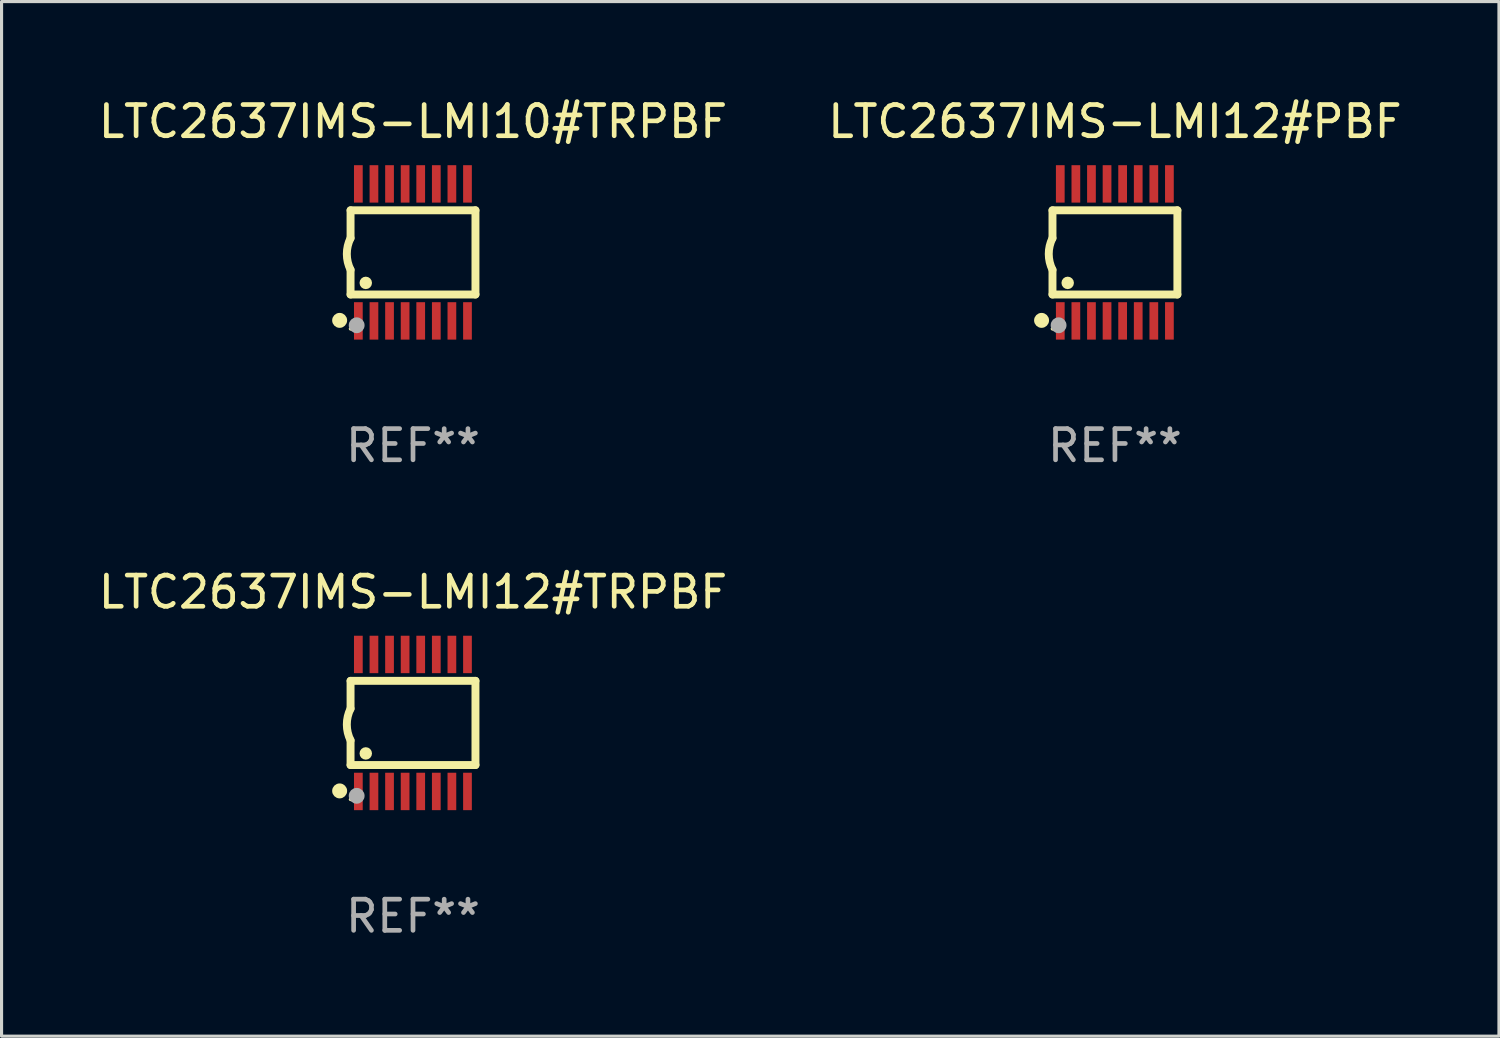
<source format=kicad_pcb>
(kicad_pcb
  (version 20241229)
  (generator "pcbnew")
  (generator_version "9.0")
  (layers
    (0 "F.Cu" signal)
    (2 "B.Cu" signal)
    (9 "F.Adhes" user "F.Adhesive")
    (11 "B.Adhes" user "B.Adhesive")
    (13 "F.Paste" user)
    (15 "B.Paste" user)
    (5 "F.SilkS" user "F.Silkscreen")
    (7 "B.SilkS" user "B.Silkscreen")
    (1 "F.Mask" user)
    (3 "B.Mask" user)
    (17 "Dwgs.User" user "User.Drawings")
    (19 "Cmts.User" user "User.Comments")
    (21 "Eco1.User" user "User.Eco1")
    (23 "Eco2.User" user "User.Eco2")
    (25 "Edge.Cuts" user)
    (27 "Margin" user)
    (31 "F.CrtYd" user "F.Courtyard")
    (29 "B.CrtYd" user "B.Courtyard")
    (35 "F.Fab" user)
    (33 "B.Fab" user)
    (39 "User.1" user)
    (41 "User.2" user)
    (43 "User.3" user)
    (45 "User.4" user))
  (footprint "LTC2637IMS-LMI10#TRPBF"
    (layer "F.Cu")
    (at 10.196 5.045)
    (property "Reference" "LTC2637IMS-LMI10#TRPBF" (at 0 -4.197 0) (layer "F.SilkS") (effects (font (size 1 1) (thickness 0.15))))
    (attr through_hole)
    (fp_line (start -2.003 -1.35) (end -2.003 -0.457) (stroke (width 0.254) (type solid)) (layer "F.SilkS"))
    (fp_line (start -2.003 -1.35) (end 2.003 -1.35) (stroke (width 0.254) (type solid)) (layer "F.SilkS"))
    (fp_line (start -2.003 1.35) (end -2.003 0.559) (stroke (width 0.254) (type solid)) (layer "F.SilkS"))
    (fp_line (start -2.003 1.35) (end 2.003 1.35) (stroke (width 0.254) (type solid)) (layer "F.SilkS"))
    (fp_line (start 2.003 -1.35) (end 2.003 1.35) (stroke (width 0.254) (type solid)) (layer "F.SilkS"))
    (fp_arc (start -2.002286 0.558802) (mid -2.122556 0.05092) (end -2.003302 -0.457201) (stroke (width 0.254001) (type solid)) (layer "F.SilkS"))
    (fp_circle (center -2.353 2.18) (end -2.233 2.18) (stroke (width 0.24) (type solid)) (fill no) (layer "F.SilkS"))
    (fp_circle (center -2.003 2.45) (end -1.973 2.45) (stroke (width 0.06) (type solid)) (fill no) (layer "F.SilkS"))
    (fp_circle (center -1.515 0.978) (end -1.415 0.978) (stroke (width 0.2) (type solid)) (fill no) (layer "F.SilkS"))
    (fp_circle (center -1.807 2.337) (end -1.68 2.337) (stroke (width 0.254) (type solid)) (fill no) (layer "F.Fab"))
    (fp_text user "REF**" (at 0 6.197 0) (layer "F.Fab") (effects (font (size 1 1) (thickness 0.15))))
    (pad "1" smd rect (at -1.753 2.197 90) (size 1.2 0.28) (layers "F.Cu" "F.Mask" "F.Paste"))
    (pad "2" smd rect (at -1.253 2.197 90) (size 1.2 0.28) (layers "F.Cu" "F.Mask" "F.Paste"))
    (pad "3" smd rect (at -0.753 2.197 90) (size 1.2 0.28) (layers "F.Cu" "F.Mask" "F.Paste"))
    (pad "4" smd rect (at -0.253 2.197 90) (size 1.2 0.28) (layers "F.Cu" "F.Mask" "F.Paste"))
    (pad "5" smd rect (at 0.247 2.197 90) (size 1.2 0.28) (layers "F.Cu" "F.Mask" "F.Paste"))
    (pad "6" smd rect (at 0.747 2.197 90) (size 1.2 0.28) (layers "F.Cu" "F.Mask" "F.Paste"))
    (pad "7" smd rect (at 1.247 2.197 90) (size 1.2 0.28) (layers "F.Cu" "F.Mask" "F.Paste"))
    (pad "8" smd rect (at 1.747 2.197 90) (size 1.2 0.28) (layers "F.Cu" "F.Mask" "F.Paste"))
    (pad "9" smd rect (at 1.747 -2.197 90) (size 1.2 0.28) (layers "F.Cu" "F.Mask" "F.Paste"))
    (pad "10" smd rect (at 1.247 -2.197 90) (size 1.2 0.28) (layers "F.Cu" "F.Mask" "F.Paste"))
    (pad "11" smd rect (at 0.747 -2.197 90) (size 1.2 0.28) (layers "F.Cu" "F.Mask" "F.Paste"))
    (pad "12" smd rect (at 0.247 -2.197 90) (size 1.2 0.28) (layers "F.Cu" "F.Mask" "F.Paste"))
    (pad "13" smd rect (at -0.253 -2.197 90) (size 1.2 0.28) (layers "F.Cu" "F.Mask" "F.Paste"))
    (pad "14" smd rect (at -0.753 -2.197 90) (size 1.2 0.28) (layers "F.Cu" "F.Mask" "F.Paste"))
    (pad "15" smd rect (at -1.253 -2.197 90) (size 1.2 0.28) (layers "F.Cu" "F.Mask" "F.Paste"))
    (pad "16" smd rect (at -1.753 -2.197 90) (size 1.2 0.28) (layers "F.Cu" "F.Mask" "F.Paste")))
  (footprint "LTC2637IMS-LMI12#TRPBF"
    (layer "F.Cu")
    (at 10.196 20.136)
    (property "Reference" "LTC2637IMS-LMI12#TRPBF" (at 0 -4.197 0) (layer "F.SilkS") (effects (font (size 1 1) (thickness 0.15))))
    (attr through_hole)
    (fp_line (start -2.003 -1.35) (end -2.003 -0.457) (stroke (width 0.254) (type solid)) (layer "F.SilkS"))
    (fp_line (start -2.003 -1.35) (end 2.003 -1.35) (stroke (width 0.254) (type solid)) (layer "F.SilkS"))
    (fp_line (start -2.003 1.35) (end -2.003 0.559) (stroke (width 0.254) (type solid)) (layer "F.SilkS"))
    (fp_line (start -2.003 1.35) (end 2.003 1.35) (stroke (width 0.254) (type solid)) (layer "F.SilkS"))
    (fp_line (start 2.003 -1.35) (end 2.003 1.35) (stroke (width 0.254) (type solid)) (layer "F.SilkS"))
    (fp_arc (start -2.002286 0.558802) (mid -2.122556 0.05092) (end -2.003302 -0.457201) (stroke (width 0.254001) (type solid)) (layer "F.SilkS"))
    (fp_circle (center -2.353 2.18) (end -2.233 2.18) (stroke (width 0.24) (type solid)) (fill no) (layer "F.SilkS"))
    (fp_circle (center -2.003 2.45) (end -1.973 2.45) (stroke (width 0.06) (type solid)) (fill no) (layer "F.SilkS"))
    (fp_circle (center -1.515 0.978) (end -1.415 0.978) (stroke (width 0.2) (type solid)) (fill no) (layer "F.SilkS"))
    (fp_circle (center -1.807 2.337) (end -1.68 2.337) (stroke (width 0.254) (type solid)) (fill no) (layer "F.Fab"))
    (fp_text user "REF**" (at 0 6.197 0) (layer "F.Fab") (effects (font (size 1 1) (thickness 0.15))))
    (pad "1" smd rect (at -1.753 2.197 90) (size 1.2 0.28) (layers "F.Cu" "F.Mask" "F.Paste"))
    (pad "2" smd rect (at -1.253 2.197 90) (size 1.2 0.28) (layers "F.Cu" "F.Mask" "F.Paste"))
    (pad "3" smd rect (at -0.753 2.197 90) (size 1.2 0.28) (layers "F.Cu" "F.Mask" "F.Paste"))
    (pad "4" smd rect (at -0.253 2.197 90) (size 1.2 0.28) (layers "F.Cu" "F.Mask" "F.Paste"))
    (pad "5" smd rect (at 0.247 2.197 90) (size 1.2 0.28) (layers "F.Cu" "F.Mask" "F.Paste"))
    (pad "6" smd rect (at 0.747 2.197 90) (size 1.2 0.28) (layers "F.Cu" "F.Mask" "F.Paste"))
    (pad "7" smd rect (at 1.247 2.197 90) (size 1.2 0.28) (layers "F.Cu" "F.Mask" "F.Paste"))
    (pad "8" smd rect (at 1.747 2.197 90) (size 1.2 0.28) (layers "F.Cu" "F.Mask" "F.Paste"))
    (pad "9" smd rect (at 1.747 -2.197 90) (size 1.2 0.28) (layers "F.Cu" "F.Mask" "F.Paste"))
    (pad "10" smd rect (at 1.247 -2.197 90) (size 1.2 0.28) (layers "F.Cu" "F.Mask" "F.Paste"))
    (pad "11" smd rect (at 0.747 -2.197 90) (size 1.2 0.28) (layers "F.Cu" "F.Mask" "F.Paste"))
    (pad "12" smd rect (at 0.247 -2.197 90) (size 1.2 0.28) (layers "F.Cu" "F.Mask" "F.Paste"))
    (pad "13" smd rect (at -0.253 -2.197 90) (size 1.2 0.28) (layers "F.Cu" "F.Mask" "F.Paste"))
    (pad "14" smd rect (at -0.753 -2.197 90) (size 1.2 0.28) (layers "F.Cu" "F.Mask" "F.Paste"))
    (pad "15" smd rect (at -1.253 -2.197 90) (size 1.2 0.28) (layers "F.Cu" "F.Mask" "F.Paste"))
    (pad "16" smd rect (at -1.753 -2.197 90) (size 1.2 0.28) (layers "F.Cu" "F.Mask" "F.Paste")))
  (footprint "LTC2637IMS-LMI12#PBF"
    (layer "F.Cu")
    (at 32.708 5.045)
    (property "Reference" "LTC2637IMS-LMI12#PBF" (at 0 -4.197 0) (layer "F.SilkS") (effects (font (size 1 1) (thickness 0.15))))
    (attr through_hole)
    (fp_line (start -2.003 -1.35) (end -2.003 -0.457) (stroke (width 0.254) (type solid)) (layer "F.SilkS"))
    (fp_line (start -2.003 -1.35) (end 2.003 -1.35) (stroke (width 0.254) (type solid)) (layer "F.SilkS"))
    (fp_line (start -2.003 1.35) (end -2.003 0.559) (stroke (width 0.254) (type solid)) (layer "F.SilkS"))
    (fp_line (start -2.003 1.35) (end 2.003 1.35) (stroke (width 0.254) (type solid)) (layer "F.SilkS"))
    (fp_line (start 2.003 -1.35) (end 2.003 1.35) (stroke (width 0.254) (type solid)) (layer "F.SilkS"))
    (fp_arc (start -2.002286 0.558802) (mid -2.122556 0.05092) (end -2.003302 -0.457201) (stroke (width 0.254001) (type solid)) (layer "F.SilkS"))
    (fp_circle (center -2.353 2.18) (end -2.233 2.18) (stroke (width 0.24) (type solid)) (fill no) (layer "F.SilkS"))
    (fp_circle (center -2.003 2.45) (end -1.973 2.45) (stroke (width 0.06) (type solid)) (fill no) (layer "F.SilkS"))
    (fp_circle (center -1.515 0.978) (end -1.415 0.978) (stroke (width 0.2) (type solid)) (fill no) (layer "F.SilkS"))
    (fp_circle (center -1.807 2.337) (end -1.68 2.337) (stroke (width 0.254) (type solid)) (fill no) (layer "F.Fab"))
    (fp_text user "REF**" (at 0 6.197 0) (layer "F.Fab") (effects (font (size 1 1) (thickness 0.15))))
    (pad "1" smd rect (at -1.753 2.197 90) (size 1.2 0.28) (layers "F.Cu" "F.Mask" "F.Paste"))
    (pad "2" smd rect (at -1.253 2.197 90) (size 1.2 0.28) (layers "F.Cu" "F.Mask" "F.Paste"))
    (pad "3" smd rect (at -0.753 2.197 90) (size 1.2 0.28) (layers "F.Cu" "F.Mask" "F.Paste"))
    (pad "4" smd rect (at -0.253 2.197 90) (size 1.2 0.28) (layers "F.Cu" "F.Mask" "F.Paste"))
    (pad "5" smd rect (at 0.247 2.197 90) (size 1.2 0.28) (layers "F.Cu" "F.Mask" "F.Paste"))
    (pad "6" smd rect (at 0.747 2.197 90) (size 1.2 0.28) (layers "F.Cu" "F.Mask" "F.Paste"))
    (pad "7" smd rect (at 1.247 2.197 90) (size 1.2 0.28) (layers "F.Cu" "F.Mask" "F.Paste"))
    (pad "8" smd rect (at 1.747 2.197 90) (size 1.2 0.28) (layers "F.Cu" "F.Mask" "F.Paste"))
    (pad "9" smd rect (at 1.747 -2.197 90) (size 1.2 0.28) (layers "F.Cu" "F.Mask" "F.Paste"))
    (pad "10" smd rect (at 1.247 -2.197 90) (size 1.2 0.28) (layers "F.Cu" "F.Mask" "F.Paste"))
    (pad "11" smd rect (at 0.747 -2.197 90) (size 1.2 0.28) (layers "F.Cu" "F.Mask" "F.Paste"))
    (pad "12" smd rect (at 0.247 -2.197 90) (size 1.2 0.28) (layers "F.Cu" "F.Mask" "F.Paste"))
    (pad "13" smd rect (at -0.253 -2.197 90) (size 1.2 0.28) (layers "F.Cu" "F.Mask" "F.Paste"))
    (pad "14" smd rect (at -0.753 -2.197 90) (size 1.2 0.28) (layers "F.Cu" "F.Mask" "F.Paste"))
    (pad "15" smd rect (at -1.253 -2.197 90) (size 1.2 0.28) (layers "F.Cu" "F.Mask" "F.Paste"))
    (pad "16" smd rect (at -1.753 -2.197 90) (size 1.2 0.28) (layers "F.Cu" "F.Mask" "F.Paste")))
  (gr_rect
    (start -3 -3)
    (end 45.024 30.181)
    (stroke (width 0.1) (type default))
    (fill no)
    (layer "Edge.Cuts")))
</source>
